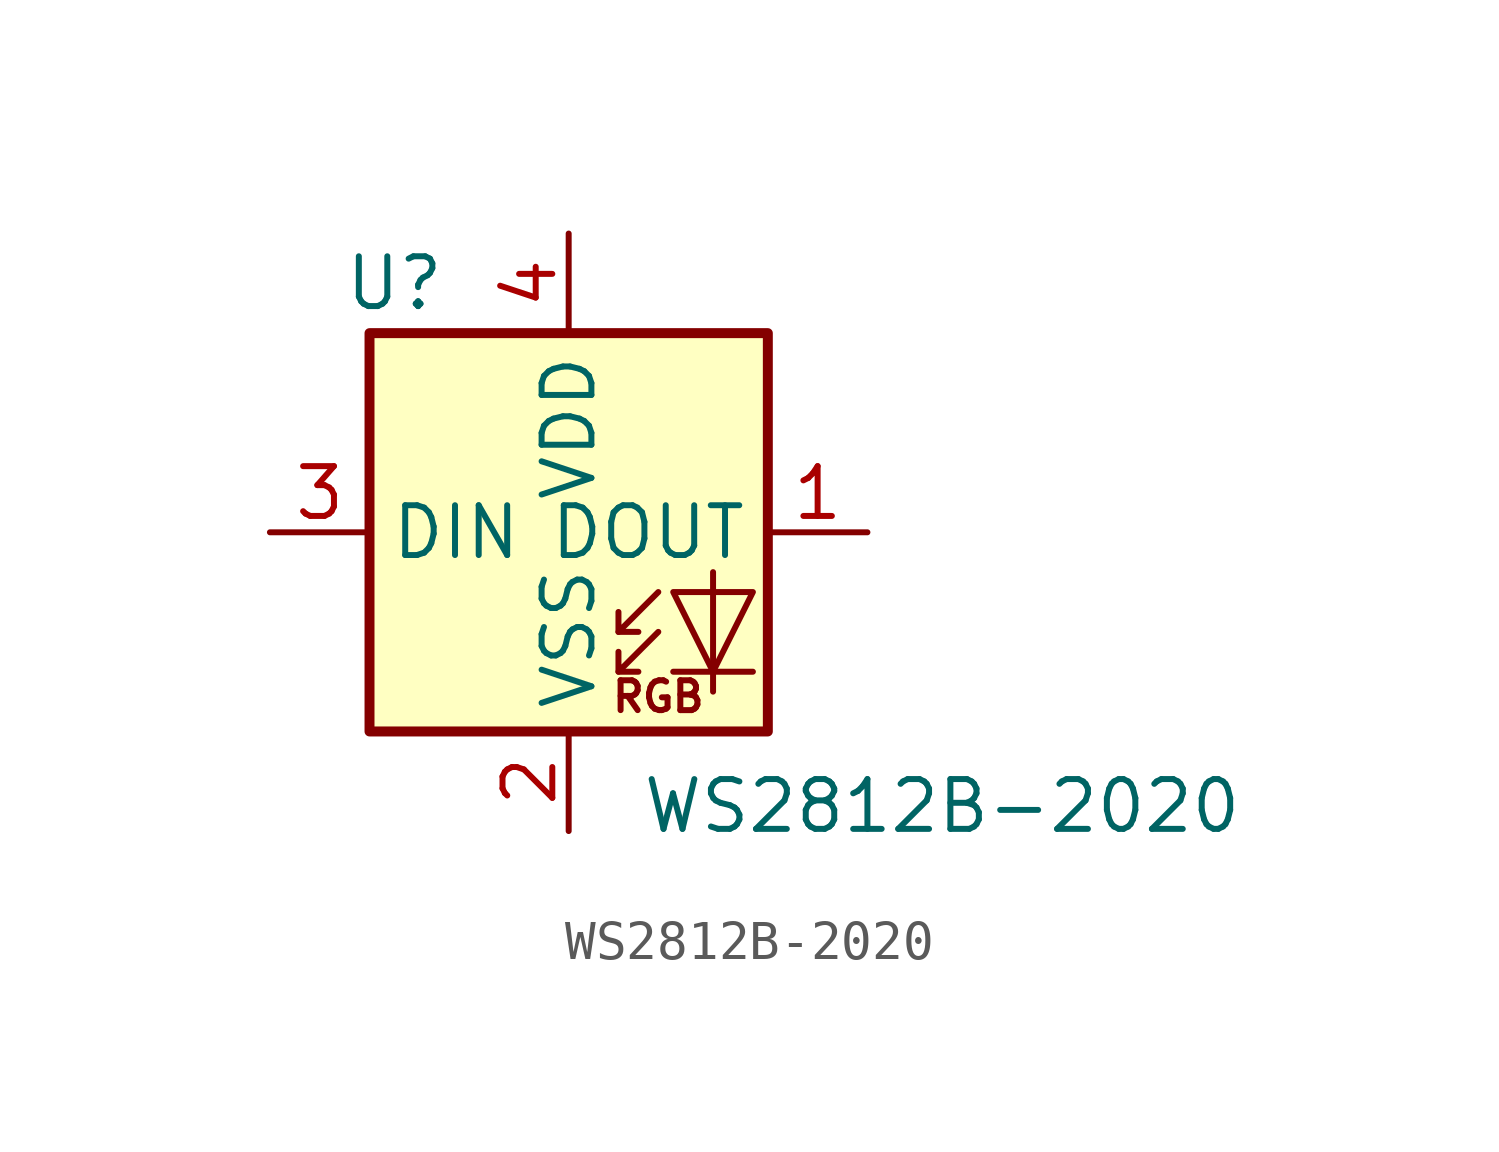
<source format=kicad_sym>
(kicad_symbol_lib
  (version 20220914)
  (generator kicad_symbol_editor)
  (symbol "WS2812B-2020"
    (property "Reference" "U"
      (at -4.445 6.35 0)
      (effects (font (size 1.27 1.27))))
    (property "Value" "WS2812B-2020"
      (at 9.525 -6.985 0)
      (effects (font (size 1.27 1.27))))
    (symbol "WS2812B-2020_0_0"
      (text "RGB" (at 2.286 -4.191 0) (effects (font (size 0.762 0.762)))))
    (symbol "WS2812B-2020_0_1"
      (polyline (pts (xy 1.27 -3.556) (xy 1.778 -3.556)) (stroke (width 0) (type default)) (fill (type none)))
      (polyline (pts (xy 1.27 -2.54) (xy 1.778 -2.54)) (stroke (width 0) (type default)) (fill (type none)))
      (polyline (pts (xy 4.699 -3.556) (xy 2.667 -3.556)) (stroke (width 0) (type default)) (fill (type none)))
      (polyline (pts (xy 2.286 -2.54) (xy 1.27 -3.556) (xy 1.27 -3.048)) (stroke (width 0) (type default)) (fill (type none)))
      (polyline (pts (xy 2.286 -1.524) (xy 1.27 -2.54) (xy 1.27 -2.032)) (stroke (width 0) (type default)) (fill (type none)))
      (polyline (pts (xy 3.683 -1.016) (xy 3.683 -3.556) (xy 3.683 -4.064)) (stroke (width 0) (type default)) (fill (type none)))
      (polyline (pts (xy 4.699 -1.524) (xy 2.667 -1.524) (xy 3.683 -3.556) (xy 4.699 -1.524)) (stroke (width 0) (type default)) (fill (type none)))
      (rectangle (start 5.08 5.08) (end -5.08 -5.08) (stroke (width 0.254) (type default)) (fill (type background))))
    (symbol "WS2812B-2020_1_1"
      (pin output line (at 7.62 0 180) (length 2.54) (name "DOUT" (effects (font (size 1.27 1.27)))) (number "1" (effects (font (size 1.27 1.27)))))
      (pin power_in line (at 0 -7.62 90) (length 2.54) (name "VSS" (effects (font (size 1.27 1.27)))) (number "2" (effects (font (size 1.27 1.27)))))
      (pin input line (at -7.62 0 0) (length 2.54) (name "DIN" (effects (font (size 1.27 1.27)))) (number "3" (effects (font (size 1.27 1.27)))))
      (pin power_in line (at 0 7.62 270) (length 2.54) (name "VDD" (effects (font (size 1.27 1.27)))) (number "4" (effects (font (size 1.27 1.27))))))))
</source>
